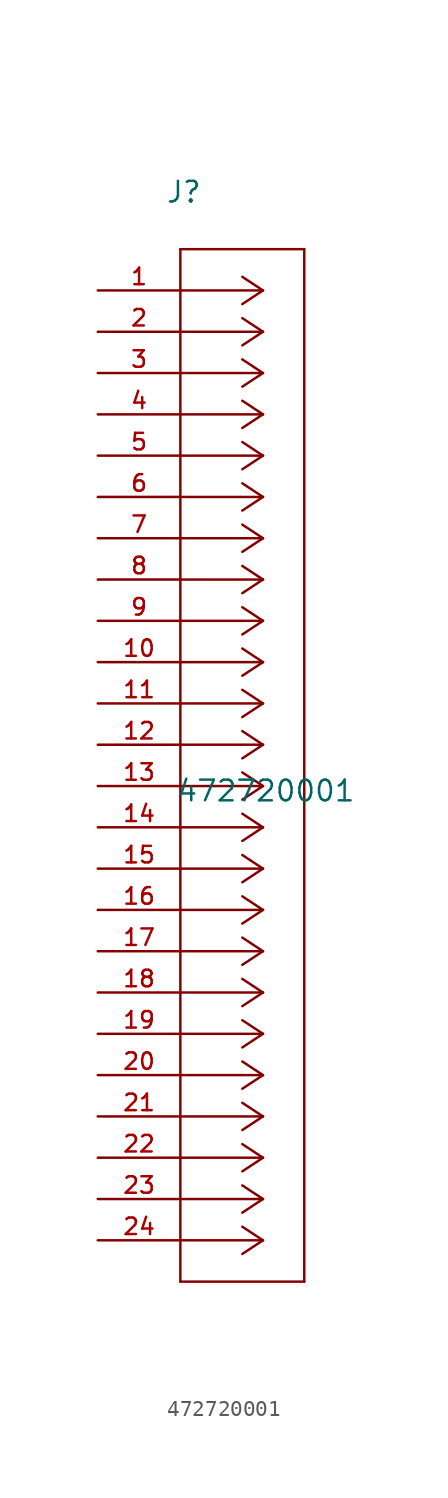
<source format=kicad_sym>
(kicad_symbol_lib
  (version 20211014)
  (generator kicad_symbol_editor)
  (symbol "472720001"
    (pin_names
      (offset 1.016))
    (property "Reference" "J"
      (at 4.166 5.309 0.0)
      (effects (font (size 1.27 1.27)) (justify bottom left)))
    (property "Value" "472720001"
      (at 4.801 -31.521 0.0)
      (effects (font (size 1.27 1.27)) (justify bottom left)))
    (symbol "472720001_0_0"
      (polyline (pts (xy 10.16 0.0) (xy 5.08 0.0)) (stroke (width 0.152)))
      (polyline (pts (xy 10.16 -2.54) (xy 5.08 -2.54)) (stroke (width 0.152)))
      (polyline (pts (xy 10.16 -5.08) (xy 5.08 -5.08)) (stroke (width 0.152)))
      (polyline (pts (xy 10.16 -7.62) (xy 5.08 -7.62)) (stroke (width 0.152)))
      (polyline (pts (xy 10.16 -10.16) (xy 5.08 -10.16)) (stroke (width 0.152)))
      (polyline (pts (xy 10.16 -12.7) (xy 5.08 -12.7)) (stroke (width 0.152)))
      (polyline (pts (xy 10.16 -15.24) (xy 5.08 -15.24)) (stroke (width 0.152)))
      (polyline (pts (xy 10.16 -17.78) (xy 5.08 -17.78)) (stroke (width 0.152)))
      (polyline (pts (xy 10.16 -20.32) (xy 5.08 -20.32)) (stroke (width 0.152)))
      (polyline (pts (xy 10.16 -22.86) (xy 5.08 -22.86)) (stroke (width 0.152)))
      (polyline (pts (xy 10.16 -25.4) (xy 5.08 -25.4)) (stroke (width 0.152)))
      (polyline (pts (xy 10.16 -27.94) (xy 5.08 -27.94)) (stroke (width 0.152)))
      (polyline (pts (xy 10.16 -30.48) (xy 5.08 -30.48)) (stroke (width 0.152)))
      (polyline (pts (xy 10.16 -33.02) (xy 5.08 -33.02)) (stroke (width 0.152)))
      (polyline (pts (xy 10.16 -35.56) (xy 5.08 -35.56)) (stroke (width 0.152)))
      (polyline (pts (xy 10.16 -38.1) (xy 5.08 -38.1)) (stroke (width 0.152)))
      (polyline (pts (xy 10.16 -40.64) (xy 5.08 -40.64)) (stroke (width 0.152)))
      (polyline (pts (xy 10.16 -43.18) (xy 5.08 -43.18)) (stroke (width 0.152)))
      (polyline (pts (xy 10.16 -45.72) (xy 5.08 -45.72)) (stroke (width 0.152)))
      (polyline (pts (xy 10.16 -48.26) (xy 5.08 -48.26)) (stroke (width 0.152)))
      (polyline (pts (xy 10.16 -50.8) (xy 5.08 -50.8)) (stroke (width 0.152)))
      (polyline (pts (xy 10.16 -53.34) (xy 5.08 -53.34)) (stroke (width 0.152)))
      (polyline (pts (xy 10.16 -55.88) (xy 5.08 -55.88)) (stroke (width 0.152)))
      (polyline (pts (xy 10.16 -58.42) (xy 5.08 -58.42)) (stroke (width 0.152)))
      (polyline (pts (xy 10.16 0.0) (xy 8.89 0.838)) (stroke (width 0.152)))
      (polyline (pts (xy 10.16 -2.54) (xy 8.89 -1.702)) (stroke (width 0.152)))
      (polyline (pts (xy 10.16 -5.08) (xy 8.89 -4.242)) (stroke (width 0.152)))
      (polyline (pts (xy 10.16 -7.62) (xy 8.89 -6.782)) (stroke (width 0.152)))
      (polyline (pts (xy 10.16 -10.16) (xy 8.89 -9.322)) (stroke (width 0.152)))
      (polyline (pts (xy 10.16 -12.7) (xy 8.89 -11.862)) (stroke (width 0.152)))
      (polyline (pts (xy 10.16 -15.24) (xy 8.89 -14.402)) (stroke (width 0.152)))
      (polyline (pts (xy 10.16 -17.78) (xy 8.89 -16.942)) (stroke (width 0.152)))
      (polyline (pts (xy 10.16 -20.32) (xy 8.89 -19.482)) (stroke (width 0.152)))
      (polyline (pts (xy 10.16 -22.86) (xy 8.89 -22.022)) (stroke (width 0.152)))
      (polyline (pts (xy 10.16 -25.4) (xy 8.89 -24.562)) (stroke (width 0.152)))
      (polyline (pts (xy 10.16 -27.94) (xy 8.89 -27.102)) (stroke (width 0.152)))
      (polyline (pts (xy 10.16 -30.48) (xy 8.89 -29.642)) (stroke (width 0.152)))
      (polyline (pts (xy 10.16 -33.02) (xy 8.89 -32.182)) (stroke (width 0.152)))
      (polyline (pts (xy 10.16 -35.56) (xy 8.89 -34.722)) (stroke (width 0.152)))
      (polyline (pts (xy 10.16 -38.1) (xy 8.89 -37.262)) (stroke (width 0.152)))
      (polyline (pts (xy 10.16 -40.64) (xy 8.89 -39.802)) (stroke (width 0.152)))
      (polyline (pts (xy 10.16 -43.18) (xy 8.89 -42.342)) (stroke (width 0.152)))
      (polyline (pts (xy 10.16 -45.72) (xy 8.89 -44.882)) (stroke (width 0.152)))
      (polyline (pts (xy 10.16 -48.26) (xy 8.89 -47.422)) (stroke (width 0.152)))
      (polyline (pts (xy 10.16 -50.8) (xy 8.89 -49.962)) (stroke (width 0.152)))
      (polyline (pts (xy 10.16 -53.34) (xy 8.89 -52.502)) (stroke (width 0.152)))
      (polyline (pts (xy 10.16 -55.88) (xy 8.89 -55.042)) (stroke (width 0.152)))
      (polyline (pts (xy 10.16 -58.42) (xy 8.89 -57.582)) (stroke (width 0.152)))
      (polyline (pts (xy 10.16 0.0) (xy 8.89 -0.838)) (stroke (width 0.152)))
      (polyline (pts (xy 10.16 -2.54) (xy 8.89 -3.378)) (stroke (width 0.152)))
      (polyline (pts (xy 10.16 -5.08) (xy 8.89 -5.918)) (stroke (width 0.152)))
      (polyline (pts (xy 10.16 -7.62) (xy 8.89 -8.458)) (stroke (width 0.152)))
      (polyline (pts (xy 10.16 -10.16) (xy 8.89 -10.998)) (stroke (width 0.152)))
      (polyline (pts (xy 10.16 -12.7) (xy 8.89 -13.538)) (stroke (width 0.152)))
      (polyline (pts (xy 10.16 -15.24) (xy 8.89 -16.078)) (stroke (width 0.152)))
      (polyline (pts (xy 10.16 -17.78) (xy 8.89 -18.618)) (stroke (width 0.152)))
      (polyline (pts (xy 10.16 -20.32) (xy 8.89 -21.158)) (stroke (width 0.152)))
      (polyline (pts (xy 10.16 -22.86) (xy 8.89 -23.698)) (stroke (width 0.152)))
      (polyline (pts (xy 10.16 -25.4) (xy 8.89 -26.238)) (stroke (width 0.152)))
      (polyline (pts (xy 10.16 -27.94) (xy 8.89 -28.778)) (stroke (width 0.152)))
      (polyline (pts (xy 10.16 -30.48) (xy 8.89 -31.318)) (stroke (width 0.152)))
      (polyline (pts (xy 10.16 -33.02) (xy 8.89 -33.858)) (stroke (width 0.152)))
      (polyline (pts (xy 10.16 -35.56) (xy 8.89 -36.398)) (stroke (width 0.152)))
      (polyline (pts (xy 10.16 -38.1) (xy 8.89 -38.938)) (stroke (width 0.152)))
      (polyline (pts (xy 10.16 -40.64) (xy 8.89 -41.478)) (stroke (width 0.152)))
      (polyline (pts (xy 10.16 -43.18) (xy 8.89 -44.018)) (stroke (width 0.152)))
      (polyline (pts (xy 10.16 -45.72) (xy 8.89 -46.558)) (stroke (width 0.152)))
      (polyline (pts (xy 10.16 -48.26) (xy 8.89 -49.098)) (stroke (width 0.152)))
      (polyline (pts (xy 10.16 -50.8) (xy 8.89 -51.638)) (stroke (width 0.152)))
      (polyline (pts (xy 10.16 -53.34) (xy 8.89 -54.178)) (stroke (width 0.152)))
      (polyline (pts (xy 10.16 -55.88) (xy 8.89 -56.718)) (stroke (width 0.152)))
      (polyline (pts (xy 10.16 -58.42) (xy 8.89 -59.258)) (stroke (width 0.152)))
      (polyline (pts (xy 5.08 2.54) (xy 5.08 -60.96)) (stroke (width 0.152)))
      (polyline (pts (xy 5.08 -60.96) (xy 12.7 -60.96)) (stroke (width 0.152)))
      (polyline (pts (xy 12.7 -60.96) (xy 12.7 2.54)) (stroke (width 0.152)))
      (polyline (pts (xy 12.7 2.54) (xy 5.08 2.54)) (stroke (width 0.152)))
      (pin passive line (at 0.0 0.0 0) (length 5.08) (name "~" (effects (font (size 1.016 1.016)))) (number "1" (effects (font (size 1.016 1.016)))))
      (pin passive line (at 0.0 -2.54 0) (length 5.08) (name "~" (effects (font (size 1.016 1.016)))) (number "2" (effects (font (size 1.016 1.016)))))
      (pin passive line (at 0.0 -5.08 0) (length 5.08) (name "~" (effects (font (size 1.016 1.016)))) (number "3" (effects (font (size 1.016 1.016)))))
      (pin passive line (at 0.0 -7.62 0) (length 5.08) (name "~" (effects (font (size 1.016 1.016)))) (number "4" (effects (font (size 1.016 1.016)))))
      (pin passive line (at 0.0 -10.16 0) (length 5.08) (name "~" (effects (font (size 1.016 1.016)))) (number "5" (effects (font (size 1.016 1.016)))))
      (pin passive line (at 0.0 -12.7 0) (length 5.08) (name "~" (effects (font (size 1.016 1.016)))) (number "6" (effects (font (size 1.016 1.016)))))
      (pin passive line (at 0.0 -15.24 0) (length 5.08) (name "~" (effects (font (size 1.016 1.016)))) (number "7" (effects (font (size 1.016 1.016)))))
      (pin passive line (at 0.0 -17.78 0) (length 5.08) (name "~" (effects (font (size 1.016 1.016)))) (number "8" (effects (font (size 1.016 1.016)))))
      (pin passive line (at 0.0 -20.32 0) (length 5.08) (name "~" (effects (font (size 1.016 1.016)))) (number "9" (effects (font (size 1.016 1.016)))))
      (pin passive line (at 0.0 -22.86 0) (length 5.08) (name "~" (effects (font (size 1.016 1.016)))) (number "10" (effects (font (size 1.016 1.016)))))
      (pin passive line (at 0.0 -25.4 0) (length 5.08) (name "~" (effects (font (size 1.016 1.016)))) (number "11" (effects (font (size 1.016 1.016)))))
      (pin passive line (at 0.0 -27.94 0) (length 5.08) (name "~" (effects (font (size 1.016 1.016)))) (number "12" (effects (font (size 1.016 1.016)))))
      (pin passive line (at 0.0 -30.48 0) (length 5.08) (name "~" (effects (font (size 1.016 1.016)))) (number "13" (effects (font (size 1.016 1.016)))))
      (pin passive line (at 0.0 -33.02 0) (length 5.08) (name "~" (effects (font (size 1.016 1.016)))) (number "14" (effects (font (size 1.016 1.016)))))
      (pin passive line (at 0.0 -35.56 0) (length 5.08) (name "~" (effects (font (size 1.016 1.016)))) (number "15" (effects (font (size 1.016 1.016)))))
      (pin passive line (at 0.0 -38.1 0) (length 5.08) (name "~" (effects (font (size 1.016 1.016)))) (number "16" (effects (font (size 1.016 1.016)))))
      (pin passive line (at 0.0 -40.64 0) (length 5.08) (name "~" (effects (font (size 1.016 1.016)))) (number "17" (effects (font (size 1.016 1.016)))))
      (pin passive line (at 0.0 -43.18 0) (length 5.08) (name "~" (effects (font (size 1.016 1.016)))) (number "18" (effects (font (size 1.016 1.016)))))
      (pin passive line (at 0.0 -45.72 0) (length 5.08) (name "~" (effects (font (size 1.016 1.016)))) (number "19" (effects (font (size 1.016 1.016)))))
      (pin passive line (at 0.0 -48.26 0) (length 5.08) (name "~" (effects (font (size 1.016 1.016)))) (number "20" (effects (font (size 1.016 1.016)))))
      (pin passive line (at 0.0 -50.8 0) (length 5.08) (name "~" (effects (font (size 1.016 1.016)))) (number "21" (effects (font (size 1.016 1.016)))))
      (pin passive line (at 0.0 -53.34 0) (length 5.08) (name "~" (effects (font (size 1.016 1.016)))) (number "22" (effects (font (size 1.016 1.016)))))
      (pin passive line (at 0.0 -55.88 0) (length 5.08) (name "~" (effects (font (size 1.016 1.016)))) (number "23" (effects (font (size 1.016 1.016)))))
      (pin passive line (at 0.0 -58.42 0) (length 5.08) (name "~" (effects (font (size 1.016 1.016)))) (number "24" (effects (font (size 1.016 1.016))))))))
</source>
